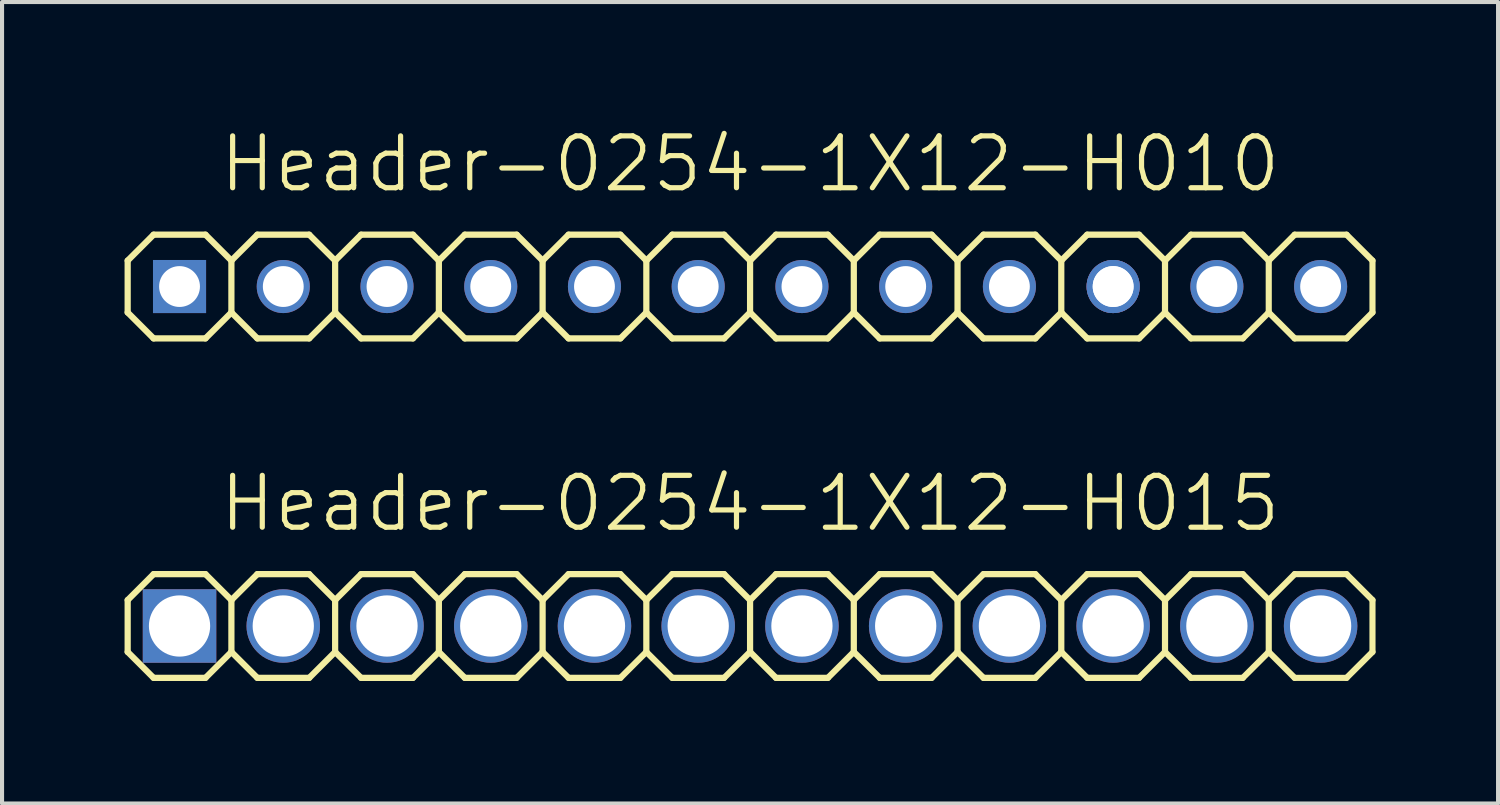
<source format=kicad_pcb>
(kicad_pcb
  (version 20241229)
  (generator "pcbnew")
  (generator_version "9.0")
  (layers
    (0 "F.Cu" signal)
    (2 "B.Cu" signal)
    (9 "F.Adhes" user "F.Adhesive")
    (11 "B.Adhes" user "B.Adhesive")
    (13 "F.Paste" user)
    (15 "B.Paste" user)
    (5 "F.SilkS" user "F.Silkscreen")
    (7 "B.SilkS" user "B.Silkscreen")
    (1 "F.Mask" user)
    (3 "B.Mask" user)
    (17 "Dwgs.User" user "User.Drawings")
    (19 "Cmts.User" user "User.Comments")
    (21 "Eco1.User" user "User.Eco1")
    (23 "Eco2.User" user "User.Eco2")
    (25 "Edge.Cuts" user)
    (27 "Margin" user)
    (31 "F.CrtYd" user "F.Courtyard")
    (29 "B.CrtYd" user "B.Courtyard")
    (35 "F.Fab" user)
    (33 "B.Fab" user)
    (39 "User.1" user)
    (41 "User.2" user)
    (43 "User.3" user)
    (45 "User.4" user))
  (footprint "Header-0254-1X12-H010"
    (layer "F.Cu")
    (at 15.316 3.966)
    (property "Reference" "Header-0254-1X12-H010" (at 0 -3 0) (layer "F.SilkS") (effects (font (size 1.27 1.27) (thickness 0.127))))
    (attr exclude_from_pos_files exclude_from_bom)
    (fp_line (start -15.24 -0.635) (end -15.24 0.635) (stroke (width 0.152) (type solid)) (layer "F.SilkS"))
    (fp_line (start -15.24 0.635) (end -14.605 1.27) (stroke (width 0.152) (type solid)) (layer "F.SilkS"))
    (fp_line (start -14.605 -1.27) (end -15.24 -0.635) (stroke (width 0.152) (type solid)) (layer "F.SilkS"))
    (fp_line (start -14.605 -1.27) (end -13.335 -1.27) (stroke (width 0.152) (type solid)) (layer "F.SilkS"))
    (fp_line (start -13.335 -1.27) (end -12.7 -0.635) (stroke (width 0.152) (type solid)) (layer "F.SilkS"))
    (fp_line (start -13.335 1.27) (end -14.605 1.27) (stroke (width 0.152) (type solid)) (layer "F.SilkS"))
    (fp_line (start -12.7 -0.635) (end -12.7 0.635) (stroke (width 0.152) (type solid)) (layer "F.SilkS"))
    (fp_line (start -12.7 -0.635) (end -12.065 -1.27) (stroke (width 0.152) (type solid)) (layer "F.SilkS"))
    (fp_line (start -12.7 0.635) (end -13.335 1.27) (stroke (width 0.152) (type solid)) (layer "F.SilkS"))
    (fp_line (start -12.065 -1.27) (end -10.795 -1.27) (stroke (width 0.152) (type solid)) (layer "F.SilkS"))
    (fp_line (start -12.065 1.27) (end -12.7 0.635) (stroke (width 0.152) (type solid)) (layer "F.SilkS"))
    (fp_line (start -10.795 -1.27) (end -10.16 -0.635) (stroke (width 0.152) (type solid)) (layer "F.SilkS"))
    (fp_line (start -10.795 1.27) (end -12.065 1.27) (stroke (width 0.152) (type solid)) (layer "F.SilkS"))
    (fp_line (start -10.16 -0.635) (end -10.16 0.635) (stroke (width 0.152) (type solid)) (layer "F.SilkS"))
    (fp_line (start -10.16 -0.635) (end -9.525 -1.27) (stroke (width 0.152) (type solid)) (layer "F.SilkS"))
    (fp_line (start -10.16 0.635) (end -10.795 1.27) (stroke (width 0.152) (type solid)) (layer "F.SilkS"))
    (fp_line (start -9.525 -1.27) (end -8.255 -1.27) (stroke (width 0.152) (type solid)) (layer "F.SilkS"))
    (fp_line (start -9.525 1.27) (end -10.16 0.635) (stroke (width 0.152) (type solid)) (layer "F.SilkS"))
    (fp_line (start -8.255 -1.27) (end -7.62 -0.635) (stroke (width 0.152) (type solid)) (layer "F.SilkS"))
    (fp_line (start -8.255 1.27) (end -9.525 1.27) (stroke (width 0.152) (type solid)) (layer "F.SilkS"))
    (fp_line (start -7.62 -0.635) (end -7.62 0.635) (stroke (width 0.152) (type solid)) (layer "F.SilkS"))
    (fp_line (start -7.62 0.635) (end -8.255 1.27) (stroke (width 0.152) (type solid)) (layer "F.SilkS"))
    (fp_line (start -7.62 0.635) (end -6.985 1.27) (stroke (width 0.152) (type solid)) (layer "F.SilkS"))
    (fp_line (start -6.985 -1.27) (end -7.62 -0.635) (stroke (width 0.152) (type solid)) (layer "F.SilkS"))
    (fp_line (start -6.985 -1.27) (end -5.715 -1.27) (stroke (width 0.152) (type solid)) (layer "F.SilkS"))
    (fp_line (start -5.715 -1.27) (end -5.08 -0.635) (stroke (width 0.152) (type solid)) (layer "F.SilkS"))
    (fp_line (start -5.715 1.27) (end -6.985 1.27) (stroke (width 0.152) (type solid)) (layer "F.SilkS"))
    (fp_line (start -5.08 -0.635) (end -5.08 0.635) (stroke (width 0.152) (type solid)) (layer "F.SilkS"))
    (fp_line (start -5.08 -0.635) (end -4.445 -1.27) (stroke (width 0.152) (type solid)) (layer "F.SilkS"))
    (fp_line (start -5.08 0.635) (end -5.715 1.27) (stroke (width 0.152) (type solid)) (layer "F.SilkS"))
    (fp_line (start -4.445 -1.27) (end -3.175 -1.27) (stroke (width 0.152) (type solid)) (layer "F.SilkS"))
    (fp_line (start -4.445 1.27) (end -5.08 0.635) (stroke (width 0.152) (type solid)) (layer "F.SilkS"))
    (fp_line (start -3.175 -1.27) (end -2.54 -0.635) (stroke (width 0.152) (type solid)) (layer "F.SilkS"))
    (fp_line (start -3.175 1.27) (end -4.445 1.27) (stroke (width 0.152) (type solid)) (layer "F.SilkS"))
    (fp_line (start -2.54 -0.635) (end -2.54 0.635) (stroke (width 0.152) (type solid)) (layer "F.SilkS"))
    (fp_line (start -2.54 -0.635) (end -1.905 -1.27) (stroke (width 0.152) (type solid)) (layer "F.SilkS"))
    (fp_line (start -2.54 0.635) (end -3.175 1.27) (stroke (width 0.152) (type solid)) (layer "F.SilkS"))
    (fp_line (start -1.905 -1.27) (end -0.635 -1.27) (stroke (width 0.152) (type solid)) (layer "F.SilkS"))
    (fp_line (start -1.905 1.27) (end -2.54 0.635) (stroke (width 0.152) (type solid)) (layer "F.SilkS"))
    (fp_line (start -0.635 -1.27) (end 0 -0.635) (stroke (width 0.152) (type solid)) (layer "F.SilkS"))
    (fp_line (start -0.635 1.27) (end -1.905 1.27) (stroke (width 0.152) (type solid)) (layer "F.SilkS"))
    (fp_line (start 0 -0.635) (end 0 0.635) (stroke (width 0.152) (type solid)) (layer "F.SilkS"))
    (fp_line (start 0 0.635) (end -0.635 1.27) (stroke (width 0.152) (type solid)) (layer "F.SilkS"))
    (fp_line (start 0 0.635) (end 0.635 1.27) (stroke (width 0.152) (type solid)) (layer "F.SilkS"))
    (fp_line (start 0.635 -1.27) (end 0 -0.635) (stroke (width 0.152) (type solid)) (layer "F.SilkS"))
    (fp_line (start 0.635 -1.27) (end 1.905 -1.27) (stroke (width 0.152) (type solid)) (layer "F.SilkS"))
    (fp_line (start 1.905 -1.27) (end 2.54 -0.635) (stroke (width 0.152) (type solid)) (layer "F.SilkS"))
    (fp_line (start 1.905 1.27) (end 0.635 1.27) (stroke (width 0.152) (type solid)) (layer "F.SilkS"))
    (fp_line (start 2.54 -0.635) (end 2.54 0.635) (stroke (width 0.152) (type solid)) (layer "F.SilkS"))
    (fp_line (start 2.54 -0.635) (end 3.175 -1.27) (stroke (width 0.152) (type solid)) (layer "F.SilkS"))
    (fp_line (start 2.54 0.635) (end 1.905 1.27) (stroke (width 0.152) (type solid)) (layer "F.SilkS"))
    (fp_line (start 3.175 -1.27) (end 4.445 -1.27) (stroke (width 0.152) (type solid)) (layer "F.SilkS"))
    (fp_line (start 3.175 1.27) (end 2.54 0.635) (stroke (width 0.152) (type solid)) (layer "F.SilkS"))
    (fp_line (start 4.445 -1.27) (end 5.08 -0.635) (stroke (width 0.152) (type solid)) (layer "F.SilkS"))
    (fp_line (start 4.445 1.27) (end 3.175 1.27) (stroke (width 0.152) (type solid)) (layer "F.SilkS"))
    (fp_line (start 5.08 -0.635) (end 5.08 0.635) (stroke (width 0.152) (type solid)) (layer "F.SilkS"))
    (fp_line (start 5.08 -0.635) (end 5.715 -1.27) (stroke (width 0.152) (type solid)) (layer "F.SilkS"))
    (fp_line (start 5.08 0.635) (end 4.445 1.27) (stroke (width 0.152) (type solid)) (layer "F.SilkS"))
    (fp_line (start 5.715 -1.27) (end 6.985 -1.27) (stroke (width 0.152) (type solid)) (layer "F.SilkS"))
    (fp_line (start 5.715 1.27) (end 5.08 0.635) (stroke (width 0.152) (type solid)) (layer "F.SilkS"))
    (fp_line (start 6.985 -1.27) (end 7.62 -0.635) (stroke (width 0.152) (type solid)) (layer "F.SilkS"))
    (fp_line (start 6.985 1.27) (end 5.715 1.27) (stroke (width 0.152) (type solid)) (layer "F.SilkS"))
    (fp_line (start 7.62 -0.635) (end 7.62 0.635) (stroke (width 0.152) (type solid)) (layer "F.SilkS"))
    (fp_line (start 7.62 0.635) (end 6.985 1.27) (stroke (width 0.152) (type solid)) (layer "F.SilkS"))
    (fp_line (start 7.62 0.635) (end 8.255 1.27) (stroke (width 0.152) (type solid)) (layer "F.SilkS"))
    (fp_line (start 8.255 -1.27) (end 7.62 -0.635) (stroke (width 0.152) (type solid)) (layer "F.SilkS"))
    (fp_line (start 8.255 -1.27) (end 9.525 -1.27) (stroke (width 0.152) (type solid)) (layer "F.SilkS"))
    (fp_line (start 9.525 -1.27) (end 10.16 -0.635) (stroke (width 0.152) (type solid)) (layer "F.SilkS"))
    (fp_line (start 9.525 1.27) (end 8.255 1.27) (stroke (width 0.152) (type solid)) (layer "F.SilkS"))
    (fp_line (start 10.16 -0.635) (end 10.16 0.635) (stroke (width 0.152) (type solid)) (layer "F.SilkS"))
    (fp_line (start 10.16 -0.635) (end 10.795 -1.27) (stroke (width 0.15) (type solid)) (layer "F.SilkS"))
    (fp_line (start 10.16 0.635) (end 9.525 1.27) (stroke (width 0.152) (type solid)) (layer "F.SilkS"))
    (fp_line (start 10.795 -1.27) (end 12.065 -1.27) (stroke (width 0.15) (type solid)) (layer "F.SilkS"))
    (fp_line (start 10.795 1.27) (end 10.16 0.635) (stroke (width 0.15) (type solid)) (layer "F.SilkS"))
    (fp_line (start 12.065 -1.27) (end 12.7 -0.635) (stroke (width 0.15) (type solid)) (layer "F.SilkS"))
    (fp_line (start 12.065 1.27) (end 10.795 1.27) (stroke (width 0.15) (type solid)) (layer "F.SilkS"))
    (fp_line (start 12.7 -0.635) (end 12.7 0.635) (stroke (width 0.15) (type solid)) (layer "F.SilkS"))
    (fp_line (start 12.7 -0.635) (end 13.335 -1.27) (stroke (width 0.15) (type solid)) (layer "F.SilkS"))
    (fp_line (start 12.7 0.635) (end 12.065 1.27) (stroke (width 0.15) (type solid)) (layer "F.SilkS"))
    (fp_line (start 13.335 -1.27) (end 14.605 -1.27) (stroke (width 0.15) (type solid)) (layer "F.SilkS"))
    (fp_line (start 13.335 1.27) (end 12.7 0.635) (stroke (width 0.15) (type solid)) (layer "F.SilkS"))
    (fp_line (start 14.605 -1.27) (end 15.24 -0.635) (stroke (width 0.15) (type solid)) (layer "F.SilkS"))
    (fp_line (start 14.605 1.27) (end 13.335 1.27) (stroke (width 0.15) (type solid)) (layer "F.SilkS"))
    (fp_line (start 15.24 -0.635) (end 15.24 0.635) (stroke (width 0.15) (type solid)) (layer "F.SilkS"))
    (fp_line (start 15.24 0.635) (end 14.605 1.27) (stroke (width 0.15) (type solid)) (layer "F.SilkS"))
    (pad "1" thru_hole rect (at -13.97 0 180) (size 1.3 1.3) (drill 1) (layers "*.Cu" "*.Mask"))
    (pad "2" thru_hole circle (at -11.43 0 180) (size 1.3 1.3) (drill 1) (layers "*.Cu" "*.Mask"))
    (pad "3" thru_hole circle (at -8.89 0 180) (size 1.3 1.3) (drill 1) (layers "*.Cu" "*.Mask"))
    (pad "4" thru_hole circle (at -6.35 0 180) (size 1.3 1.3) (drill 1) (layers "*.Cu" "*.Mask"))
    (pad "5" thru_hole circle (at -3.81 0 180) (size 1.3 1.3) (drill 1) (layers "*.Cu" "*.Mask"))
    (pad "6" thru_hole circle (at -1.27 0 180) (size 1.3 1.3) (drill 1) (layers "*.Cu" "*.Mask"))
    (pad "7" thru_hole circle (at 1.27 0 180) (size 1.3 1.3) (drill 1) (layers "*.Cu" "*.Mask"))
    (pad "8" thru_hole circle (at 3.81 0 180) (size 1.3 1.3) (drill 1) (layers "*.Cu" "*.Mask"))
    (pad "9" thru_hole circle (at 6.35 0) (size 1.3 1.3) (drill 1) (layers "*.Cu" "*.Mask"))
    (pad "10" thru_hole circle (at 8.89 0 180) (size 1.3 1.3) (drill 1) (layers "*.Cu" "*.Mask"))
    (pad "10" thru_hole circle (at 8.89 0) (size 1.3 1.3) (drill 1) (layers "*.Cu" "*.Mask"))
    (pad "11" thru_hole circle (at 11.43 0) (size 1.3 1.3) (drill 1) (layers "*.Cu" "*.Mask"))
    (pad "12" thru_hole circle (at 13.97 0) (size 1.3 1.3) (drill 1) (layers "*.Cu" "*.Mask")))
  (footprint "Header-0254-1X12-H015"
    (layer "F.Cu")
    (at 15.316 12.278)
    (property "Reference" "Header-0254-1X12-H015" (at 0 -3 0) (layer "F.SilkS") (effects (font (size 1.27 1.27) (thickness 0.127))))
    (attr exclude_from_pos_files exclude_from_bom)
    (fp_line (start -15.24 -0.635) (end -15.24 0.635) (stroke (width 0.152) (type solid)) (layer "F.SilkS"))
    (fp_line (start -15.24 0.635) (end -14.605 1.27) (stroke (width 0.152) (type solid)) (layer "F.SilkS"))
    (fp_line (start -14.605 -1.27) (end -15.24 -0.635) (stroke (width 0.152) (type solid)) (layer "F.SilkS"))
    (fp_line (start -14.605 -1.27) (end -13.335 -1.27) (stroke (width 0.152) (type solid)) (layer "F.SilkS"))
    (fp_line (start -13.335 -1.27) (end -12.7 -0.635) (stroke (width 0.152) (type solid)) (layer "F.SilkS"))
    (fp_line (start -13.335 1.27) (end -14.605 1.27) (stroke (width 0.152) (type solid)) (layer "F.SilkS"))
    (fp_line (start -12.7 -0.635) (end -12.7 0.635) (stroke (width 0.152) (type solid)) (layer "F.SilkS"))
    (fp_line (start -12.7 -0.635) (end -12.065 -1.27) (stroke (width 0.152) (type solid)) (layer "F.SilkS"))
    (fp_line (start -12.7 0.635) (end -13.335 1.27) (stroke (width 0.152) (type solid)) (layer "F.SilkS"))
    (fp_line (start -12.065 -1.27) (end -10.795 -1.27) (stroke (width 0.152) (type solid)) (layer "F.SilkS"))
    (fp_line (start -12.065 1.27) (end -12.7 0.635) (stroke (width 0.152) (type solid)) (layer "F.SilkS"))
    (fp_line (start -10.795 -1.27) (end -10.16 -0.635) (stroke (width 0.152) (type solid)) (layer "F.SilkS"))
    (fp_line (start -10.795 1.27) (end -12.065 1.27) (stroke (width 0.152) (type solid)) (layer "F.SilkS"))
    (fp_line (start -10.16 -0.635) (end -10.16 0.635) (stroke (width 0.152) (type solid)) (layer "F.SilkS"))
    (fp_line (start -10.16 -0.635) (end -9.525 -1.27) (stroke (width 0.152) (type solid)) (layer "F.SilkS"))
    (fp_line (start -10.16 0.635) (end -10.795 1.27) (stroke (width 0.152) (type solid)) (layer "F.SilkS"))
    (fp_line (start -9.525 -1.27) (end -8.255 -1.27) (stroke (width 0.152) (type solid)) (layer "F.SilkS"))
    (fp_line (start -9.525 1.27) (end -10.16 0.635) (stroke (width 0.152) (type solid)) (layer "F.SilkS"))
    (fp_line (start -8.255 -1.27) (end -7.62 -0.635) (stroke (width 0.152) (type solid)) (layer "F.SilkS"))
    (fp_line (start -8.255 1.27) (end -9.525 1.27) (stroke (width 0.152) (type solid)) (layer "F.SilkS"))
    (fp_line (start -7.62 -0.635) (end -7.62 0.635) (stroke (width 0.152) (type solid)) (layer "F.SilkS"))
    (fp_line (start -7.62 0.635) (end -8.255 1.27) (stroke (width 0.152) (type solid)) (layer "F.SilkS"))
    (fp_line (start -7.62 0.635) (end -6.985 1.27) (stroke (width 0.152) (type solid)) (layer "F.SilkS"))
    (fp_line (start -6.985 -1.27) (end -7.62 -0.635) (stroke (width 0.152) (type solid)) (layer "F.SilkS"))
    (fp_line (start -6.985 -1.27) (end -5.715 -1.27) (stroke (width 0.152) (type solid)) (layer "F.SilkS"))
    (fp_line (start -5.715 -1.27) (end -5.08 -0.635) (stroke (width 0.152) (type solid)) (layer "F.SilkS"))
    (fp_line (start -5.715 1.27) (end -6.985 1.27) (stroke (width 0.152) (type solid)) (layer "F.SilkS"))
    (fp_line (start -5.08 -0.635) (end -5.08 0.635) (stroke (width 0.152) (type solid)) (layer "F.SilkS"))
    (fp_line (start -5.08 -0.635) (end -4.445 -1.27) (stroke (width 0.152) (type solid)) (layer "F.SilkS"))
    (fp_line (start -5.08 0.635) (end -5.715 1.27) (stroke (width 0.152) (type solid)) (layer "F.SilkS"))
    (fp_line (start -4.445 -1.27) (end -3.175 -1.27) (stroke (width 0.152) (type solid)) (layer "F.SilkS"))
    (fp_line (start -4.445 1.27) (end -5.08 0.635) (stroke (width 0.152) (type solid)) (layer "F.SilkS"))
    (fp_line (start -3.175 -1.27) (end -2.54 -0.635) (stroke (width 0.152) (type solid)) (layer "F.SilkS"))
    (fp_line (start -3.175 1.27) (end -4.445 1.27) (stroke (width 0.152) (type solid)) (layer "F.SilkS"))
    (fp_line (start -2.54 -0.635) (end -2.54 0.635) (stroke (width 0.152) (type solid)) (layer "F.SilkS"))
    (fp_line (start -2.54 -0.635) (end -1.905 -1.27) (stroke (width 0.152) (type solid)) (layer "F.SilkS"))
    (fp_line (start -2.54 0.635) (end -3.175 1.27) (stroke (width 0.152) (type solid)) (layer "F.SilkS"))
    (fp_line (start -1.905 -1.27) (end -0.635 -1.27) (stroke (width 0.152) (type solid)) (layer "F.SilkS"))
    (fp_line (start -1.905 1.27) (end -2.54 0.635) (stroke (width 0.152) (type solid)) (layer "F.SilkS"))
    (fp_line (start -0.635 -1.27) (end 0 -0.635) (stroke (width 0.152) (type solid)) (layer "F.SilkS"))
    (fp_line (start -0.635 1.27) (end -1.905 1.27) (stroke (width 0.152) (type solid)) (layer "F.SilkS"))
    (fp_line (start 0 -0.635) (end 0 0.635) (stroke (width 0.152) (type solid)) (layer "F.SilkS"))
    (fp_line (start 0 0.635) (end -0.635 1.27) (stroke (width 0.152) (type solid)) (layer "F.SilkS"))
    (fp_line (start 0 0.635) (end 0.635 1.27) (stroke (width 0.152) (type solid)) (layer "F.SilkS"))
    (fp_line (start 0.635 -1.27) (end 0 -0.635) (stroke (width 0.152) (type solid)) (layer "F.SilkS"))
    (fp_line (start 0.635 -1.27) (end 1.905 -1.27) (stroke (width 0.152) (type solid)) (layer "F.SilkS"))
    (fp_line (start 1.905 -1.27) (end 2.54 -0.635) (stroke (width 0.152) (type solid)) (layer "F.SilkS"))
    (fp_line (start 1.905 1.27) (end 0.635 1.27) (stroke (width 0.152) (type solid)) (layer "F.SilkS"))
    (fp_line (start 2.54 -0.635) (end 2.54 0.635) (stroke (width 0.152) (type solid)) (layer "F.SilkS"))
    (fp_line (start 2.54 -0.635) (end 3.175 -1.27) (stroke (width 0.152) (type solid)) (layer "F.SilkS"))
    (fp_line (start 2.54 0.635) (end 1.905 1.27) (stroke (width 0.152) (type solid)) (layer "F.SilkS"))
    (fp_line (start 3.175 -1.27) (end 4.445 -1.27) (stroke (width 0.152) (type solid)) (layer "F.SilkS"))
    (fp_line (start 3.175 1.27) (end 2.54 0.635) (stroke (width 0.152) (type solid)) (layer "F.SilkS"))
    (fp_line (start 4.445 -1.27) (end 5.08 -0.635) (stroke (width 0.152) (type solid)) (layer "F.SilkS"))
    (fp_line (start 4.445 1.27) (end 3.175 1.27) (stroke (width 0.152) (type solid)) (layer "F.SilkS"))
    (fp_line (start 5.08 -0.635) (end 5.08 0.635) (stroke (width 0.152) (type solid)) (layer "F.SilkS"))
    (fp_line (start 5.08 -0.635) (end 5.715 -1.27) (stroke (width 0.152) (type solid)) (layer "F.SilkS"))
    (fp_line (start 5.08 0.635) (end 4.445 1.27) (stroke (width 0.152) (type solid)) (layer "F.SilkS"))
    (fp_line (start 5.715 -1.27) (end 6.985 -1.27) (stroke (width 0.152) (type solid)) (layer "F.SilkS"))
    (fp_line (start 5.715 1.27) (end 5.08 0.635) (stroke (width 0.152) (type solid)) (layer "F.SilkS"))
    (fp_line (start 6.985 -1.27) (end 7.62 -0.635) (stroke (width 0.152) (type solid)) (layer "F.SilkS"))
    (fp_line (start 6.985 1.27) (end 5.715 1.27) (stroke (width 0.152) (type solid)) (layer "F.SilkS"))
    (fp_line (start 7.62 -0.635) (end 7.62 0.635) (stroke (width 0.152) (type solid)) (layer "F.SilkS"))
    (fp_line (start 7.62 0.635) (end 6.985 1.27) (stroke (width 0.152) (type solid)) (layer "F.SilkS"))
    (fp_line (start 7.62 0.635) (end 8.255 1.27) (stroke (width 0.152) (type solid)) (layer "F.SilkS"))
    (fp_line (start 8.255 -1.27) (end 7.62 -0.635) (stroke (width 0.152) (type solid)) (layer "F.SilkS"))
    (fp_line (start 8.255 -1.27) (end 9.525 -1.27) (stroke (width 0.152) (type solid)) (layer "F.SilkS"))
    (fp_line (start 9.525 -1.27) (end 10.16 -0.635) (stroke (width 0.152) (type solid)) (layer "F.SilkS"))
    (fp_line (start 9.525 1.27) (end 8.255 1.27) (stroke (width 0.152) (type solid)) (layer "F.SilkS"))
    (fp_line (start 10.16 -0.635) (end 10.16 0.635) (stroke (width 0.152) (type solid)) (layer "F.SilkS"))
    (fp_line (start 10.16 -0.635) (end 10.795 -1.27) (stroke (width 0.15) (type solid)) (layer "F.SilkS"))
    (fp_line (start 10.16 0.635) (end 9.525 1.27) (stroke (width 0.152) (type solid)) (layer "F.SilkS"))
    (fp_line (start 10.795 -1.27) (end 12.065 -1.27) (stroke (width 0.15) (type solid)) (layer "F.SilkS"))
    (fp_line (start 10.795 1.27) (end 10.16 0.635) (stroke (width 0.15) (type solid)) (layer "F.SilkS"))
    (fp_line (start 12.065 -1.27) (end 12.7 -0.635) (stroke (width 0.15) (type solid)) (layer "F.SilkS"))
    (fp_line (start 12.065 1.27) (end 10.795 1.27) (stroke (width 0.15) (type solid)) (layer "F.SilkS"))
    (fp_line (start 12.7 -0.635) (end 12.7 0.635) (stroke (width 0.15) (type solid)) (layer "F.SilkS"))
    (fp_line (start 12.7 -0.635) (end 13.335 -1.27) (stroke (width 0.15) (type solid)) (layer "F.SilkS"))
    (fp_line (start 12.7 0.635) (end 12.065 1.27) (stroke (width 0.15) (type solid)) (layer "F.SilkS"))
    (fp_line (start 13.335 -1.27) (end 14.605 -1.27) (stroke (width 0.15) (type solid)) (layer "F.SilkS"))
    (fp_line (start 13.335 1.27) (end 12.7 0.635) (stroke (width 0.15) (type solid)) (layer "F.SilkS"))
    (fp_line (start 14.605 -1.27) (end 15.24 -0.635) (stroke (width 0.15) (type solid)) (layer "F.SilkS"))
    (fp_line (start 14.605 1.27) (end 13.335 1.27) (stroke (width 0.15) (type solid)) (layer "F.SilkS"))
    (fp_line (start 15.24 -0.635) (end 15.24 0.635) (stroke (width 0.15) (type solid)) (layer "F.SilkS"))
    (fp_line (start 15.24 0.635) (end 14.605 1.27) (stroke (width 0.15) (type solid)) (layer "F.SilkS"))
    (pad "1" thru_hole rect (at -13.97 0 180) (size 1.8 1.8) (drill 1.5) (layers "*.Cu" "*.Mask"))
    (pad "2" thru_hole circle (at -11.43 0 180) (size 1.8 1.8) (drill 1.5) (layers "*.Cu" "*.Mask"))
    (pad "3" thru_hole circle (at -8.89 0 180) (size 1.8 1.8) (drill 1.5) (layers "*.Cu" "*.Mask"))
    (pad "4" thru_hole circle (at -6.35 0 180) (size 1.8 1.8) (drill 1.5) (layers "*.Cu" "*.Mask"))
    (pad "5" thru_hole circle (at -3.81 0 180) (size 1.8 1.8) (drill 1.5) (layers "*.Cu" "*.Mask"))
    (pad "6" thru_hole circle (at -1.27 0 180) (size 1.8 1.8) (drill 1.5) (layers "*.Cu" "*.Mask"))
    (pad "7" thru_hole circle (at 1.27 0 180) (size 1.8 1.8) (drill 1.5) (layers "*.Cu" "*.Mask"))
    (pad "8" thru_hole circle (at 3.81 0 180) (size 1.8 1.8) (drill 1.5) (layers "*.Cu" "*.Mask"))
    (pad "9" thru_hole circle (at 6.35 0) (size 1.8 1.8) (drill 1.5) (layers "*.Cu" "*.Mask"))
    (pad "10" thru_hole circle (at 8.89 0 180) (size 1.8 1.8) (drill 1.5) (layers "*.Cu" "*.Mask"))
    (pad "11" thru_hole circle (at 11.43 0) (size 1.8 1.8) (drill 1.5) (layers "*.Cu" "*.Mask"))
    (pad "12" thru_hole circle (at 13.97 0) (size 1.8 1.8) (drill 1.5) (layers "*.Cu" "*.Mask")))
  (gr_rect
    (start -3 -3)
    (end 33.631 16.624)
    (stroke (width 0.1) (type default))
    (fill no)
    (layer "Edge.Cuts")))
</source>
